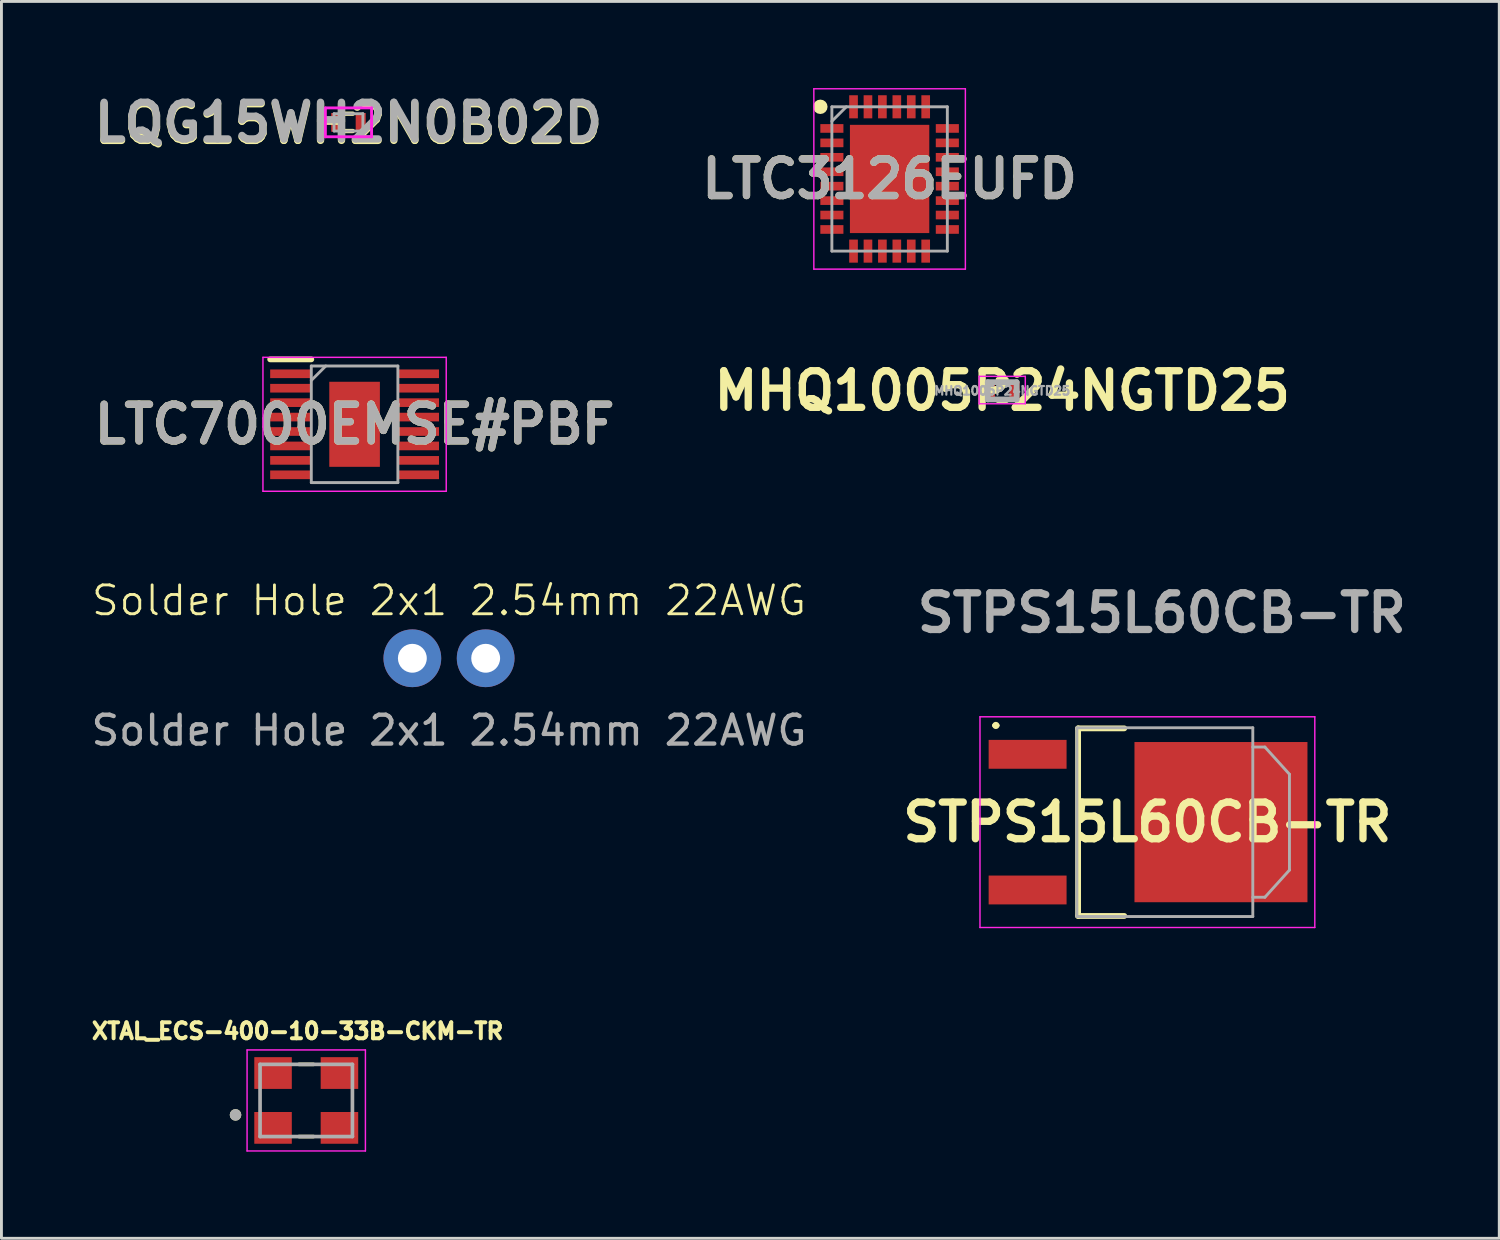
<source format=kicad_pcb>
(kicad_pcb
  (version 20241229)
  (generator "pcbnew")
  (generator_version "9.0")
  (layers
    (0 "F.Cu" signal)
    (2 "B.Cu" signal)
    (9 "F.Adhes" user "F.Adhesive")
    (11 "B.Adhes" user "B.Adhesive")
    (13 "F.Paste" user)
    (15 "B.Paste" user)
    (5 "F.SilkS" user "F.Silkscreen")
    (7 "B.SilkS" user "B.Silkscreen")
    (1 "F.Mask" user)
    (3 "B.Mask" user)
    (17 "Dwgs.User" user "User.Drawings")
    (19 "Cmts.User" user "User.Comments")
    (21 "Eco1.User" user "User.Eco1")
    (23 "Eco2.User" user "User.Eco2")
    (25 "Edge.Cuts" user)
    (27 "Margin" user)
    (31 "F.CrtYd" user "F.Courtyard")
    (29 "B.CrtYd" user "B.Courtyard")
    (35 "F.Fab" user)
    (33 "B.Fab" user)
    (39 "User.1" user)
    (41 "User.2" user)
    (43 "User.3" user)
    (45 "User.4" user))
  (footprint "STPS15L60CB-TR"
    (layer "F.Cu")
    (at 36.702 25.434)
    (property "Reference" "STPS15L60CB-TR" (at 0 0 0) (layer "F.SilkS") (effects (font (size 1.27 1.27) (thickness 0.254))))
    (attr smd)
    (fp_line (start -5.313 -3.35) (end -5.313 -3.35) (stroke (width 0.125) (type solid)) (layer "F.SilkS"))
    (fp_line (start -5.188 -3.35) (end -5.188 -3.35) (stroke (width 0.125) (type solid)) (layer "F.SilkS"))
    (fp_line (start -2.4 -3.25) (end -0.8 -3.25) (stroke (width 0.2) (type solid)) (layer "F.SilkS"))
    (fp_line (start -2.4 3.25) (end -2.4 -3.25) (stroke (width 0.2) (type solid)) (layer "F.SilkS"))
    (fp_line (start -0.8 3.25) (end -2.4 3.25) (stroke (width 0.2) (type solid)) (layer "F.SilkS"))
    (fp_arc (start -5.313 -3.351) (mid -5.25 -3.413) (end -5.188 -3.35) (stroke (width 0.125) (type solid)) (layer "F.SilkS"))
    (fp_arc (start -5.188 -3.351) (mid -5.25 -3.288) (end -5.313 -3.35) (stroke (width 0.125) (type solid)) (layer "F.SilkS"))
    (fp_line (start -5.8 -3.65) (end -5.8 3.65) (stroke (width 0.05) (type solid)) (layer "F.CrtYd"))
    (fp_line (start -5.8 3.65) (end 5.8 3.65) (stroke (width 0.05) (type solid)) (layer "F.CrtYd"))
    (fp_line (start -2.505 -3.365) (end -2.505 3.365) (stroke (width 0.001) (type solid)) (layer "F.CrtYd"))
    (fp_line (start -2.505 3.365) (end 3.715 3.365) (stroke (width 0.001) (type solid)) (layer "F.CrtYd"))
    (fp_line (start 3.715 -3.365) (end -2.505 -3.365) (stroke (width 0.001) (type solid)) (layer "F.CrtYd"))
    (fp_line (start 3.715 3.365) (end 3.715 -3.365) (stroke (width 0.001) (type solid)) (layer "F.CrtYd"))
    (fp_line (start 5.8 -3.65) (end -5.8 -3.65) (stroke (width 0.05) (type solid)) (layer "F.CrtYd"))
    (fp_line (start 5.8 3.65) (end 5.8 -3.65) (stroke (width 0.05) (type solid)) (layer "F.CrtYd"))
    (fp_line (start -2.442 -3.27) (end -2.442 3.27) (stroke (width 0.1) (type solid)) (layer "F.Fab"))
    (fp_line (start -2.442 3.27) (end 3.652 3.27) (stroke (width 0.1) (type solid)) (layer "F.Fab"))
    (fp_line (start 3.652 -3.27) (end -2.442 -3.27) (stroke (width 0.1) (type solid)) (layer "F.Fab"))
    (fp_line (start 3.652 2.602) (end 4.071 2.602) (stroke (width 0.1) (type solid)) (layer "F.Fab"))
    (fp_line (start 3.652 3.27) (end 3.652 -3.27) (stroke (width 0.1) (type solid)) (layer "F.Fab"))
    (fp_line (start 4.071 -2.602) (end 3.652 -2.602) (stroke (width 0.1) (type solid)) (layer "F.Fab"))
    (fp_line (start 4.071 2.602) (end 4.922 1.66) (stroke (width 0.1) (type solid)) (layer "F.Fab"))
    (fp_line (start 4.922 -1.66) (end 4.071 -2.602) (stroke (width 0.1) (type solid)) (layer "F.Fab"))
    (fp_line (start 4.922 1.66) (end 4.922 -1.66) (stroke (width 0.1) (type solid)) (layer "F.Fab"))
    (fp_text user "${REFERENCE}" (at 0.5 -7.25 0) (layer "F.Fab") (effects (font (size 1.27 1.27) (thickness 0.254))))
    (pad "" smd roundrect (at 1.025 -1.512) (size 2.95 2.525) (layers "F.Paste") (roundrect_rratio 0.25))
    (pad "" smd roundrect (at 1.025 1.363) (size 2.95 2.825) (layers "F.Paste") (roundrect_rratio 0.25))
    (pad "" smd roundrect (at 4.125 -1.512) (size 2.85 2.525) (layers "F.Paste") (roundrect_rratio 0.25))
    (pad "" smd roundrect (at 4.125 1.363) (size 2.85 2.825) (layers "F.Paste") (roundrect_rratio 0.25))
    (pad "1" smd rect (at -4.15 -2.35 90) (size 1 2.7) (layers "F.Cu" "F.Mask" "F.Paste"))
    (pad "2" smd rect (at -4.15 2.35 90) (size 1 2.7) (layers "F.Cu" "F.Mask" "F.Paste"))
    (pad "3" smd rect (at 2.549 -0.001 90) (size 5.55 5.993) (layers "F.Cu" "F.Mask" "F.Paste")))
  (footprint "XTAL_ECS-400-10-33B-CKM-TR"
    (layer "F.Cu")
    (at 7.56 35.076)
    (property "Reference" "XTAL_ECS-400-10-33B-CKM-TR" (at -0.3 -2.403 0) (layer "F.SilkS") (effects (font (size 0.552 0.552) (thickness 0.138))))
    (attr smd)
    (fp_line (start -0.25 -1.25) (end 0.25 -1.25) (stroke (width 0.127) (type solid)) (layer "F.SilkS"))
    (fp_line (start 0.25 1.25) (end -0.25 1.25) (stroke (width 0.127) (type solid)) (layer "F.SilkS"))
    (fp_circle (center -2.45 0.5) (end -2.35 0.5) (stroke (width 0.2) (type solid)) (fill no) (layer "F.SilkS"))
    (fp_line (start -2.05 -1.75) (end 2.05 -1.75) (stroke (width 0.05) (type solid)) (layer "F.CrtYd"))
    (fp_line (start -2.05 1.75) (end -2.05 -1.75) (stroke (width 0.05) (type solid)) (layer "F.CrtYd"))
    (fp_line (start 2.05 -1.75) (end 2.05 1.75) (stroke (width 0.05) (type solid)) (layer "F.CrtYd"))
    (fp_line (start 2.05 1.75) (end -2.05 1.75) (stroke (width 0.05) (type solid)) (layer "F.CrtYd"))
    (fp_line (start -1.6 -1.25) (end 1.6 -1.25) (stroke (width 0.127) (type solid)) (layer "F.Fab"))
    (fp_line (start -1.6 1.25) (end -1.6 -1.25) (stroke (width 0.127) (type solid)) (layer "F.Fab"))
    (fp_line (start 1.6 -1.25) (end 1.6 1.25) (stroke (width 0.127) (type solid)) (layer "F.Fab"))
    (fp_line (start 1.6 1.25) (end -1.6 1.25) (stroke (width 0.127) (type solid)) (layer "F.Fab"))
    (fp_circle (center -2.45 0.5) (end -2.35 0.5) (stroke (width 0.2) (type solid)) (fill no) (layer "F.Fab"))
    (pad "1" smd rect (at -1.15 0.95) (size 1.3 1.1) (layers "F.Cu" "F.Mask" "F.Paste"))
    (pad "2" smd rect (at 1.15 0.95) (size 1.3 1.1) (layers "F.Cu" "F.Mask" "F.Paste"))
    (pad "3" smd rect (at 1.15 -0.95) (size 1.3 1.1) (layers "F.Cu" "F.Mask" "F.Paste"))
    (pad "4" smd rect (at -1.15 -0.95) (size 1.3 1.1) (layers "F.Cu" "F.Mask" "F.Paste")))
  (footprint "Solder Hole 2x1 2.54mm 22AWG"
    (layer "F.Cu")
    (at 12.506 19.756)
    (property "Reference" "Solder Hole 2x1 2.54mm 22AWG" (at 0 -2 0) (unlocked yes) (layer "F.SilkS") (effects (font (size 1 1) (thickness 0.1))))
    (attr through_hole)
    (fp_text user "${REFERENCE}" (at 0 2.5 0) (unlocked yes) (layer "F.Fab") (effects (font (size 1 1) (thickness 0.15))))
    (pad "1" thru_hole circle (at -1.27 0) (size 2 2) (drill 1) (layers "*.Cu" "*.Mask"))
    (pad "2" thru_hole circle (at 1.27 0) (size 2 2) (drill 1) (layers "*.Cu" "*.Mask")))
  (footprint "LTC3126EUFD"
    (layer "F.Cu")
    (at 27.771 3.15)
    (property "Reference" "LTC3126EUFD" (at 0 0 0) (layer "F.SilkS") (effects (font (size 1.27 1.27) (thickness 0.254))))
    (attr smd)
    (fp_circle (center -2.4 -2.5) (end -2.4 -2.375) (stroke (width 0.25) (type solid)) (fill no) (layer "F.SilkS"))
    (fp_line (start -2.625 -3.125) (end 2.625 -3.125) (stroke (width 0.05) (type solid)) (layer "F.CrtYd"))
    (fp_line (start -2.625 3.125) (end -2.625 -3.125) (stroke (width 0.05) (type solid)) (layer "F.CrtYd"))
    (fp_line (start 2.625 -3.125) (end 2.625 3.125) (stroke (width 0.05) (type solid)) (layer "F.CrtYd"))
    (fp_line (start 2.625 3.125) (end -2.625 3.125) (stroke (width 0.05) (type solid)) (layer "F.CrtYd"))
    (fp_line (start -2 -2.5) (end 2 -2.5) (stroke (width 0.1) (type solid)) (layer "F.Fab"))
    (fp_line (start -2 -2) (end -1.5 -2.5) (stroke (width 0.1) (type solid)) (layer "F.Fab"))
    (fp_line (start -2 2.5) (end -2 -2.5) (stroke (width 0.1) (type solid)) (layer "F.Fab"))
    (fp_line (start 2 -2.5) (end 2 2.5) (stroke (width 0.1) (type solid)) (layer "F.Fab"))
    (fp_line (start 2 2.5) (end -2 2.5) (stroke (width 0.1) (type solid)) (layer "F.Fab"))
    (fp_text user "${REFERENCE}" (at 0 0 0) (layer "F.Fab") (effects (font (size 1.27 1.27) (thickness 0.254))))
    (pad "1" smd rect (at -2 -1.75 90) (size 0.3 0.8) (layers "F.Cu" "F.Mask" "F.Paste"))
    (pad "2" smd rect (at -2 -1.25 90) (size 0.3 0.8) (layers "F.Cu" "F.Mask" "F.Paste"))
    (pad "3" smd rect (at -2 -0.75 90) (size 0.3 0.8) (layers "F.Cu" "F.Mask" "F.Paste"))
    (pad "4" smd rect (at -2 -0.25 90) (size 0.3 0.8) (layers "F.Cu" "F.Mask" "F.Paste"))
    (pad "5" smd rect (at -2 0.25 90) (size 0.3 0.8) (layers "F.Cu" "F.Mask" "F.Paste"))
    (pad "6" smd rect (at -2 0.75 90) (size 0.3 0.8) (layers "F.Cu" "F.Mask" "F.Paste"))
    (pad "7" smd rect (at -2 1.25 90) (size 0.3 0.8) (layers "F.Cu" "F.Mask" "F.Paste"))
    (pad "8" smd rect (at -2 1.75 90) (size 0.3 0.8) (layers "F.Cu" "F.Mask" "F.Paste"))
    (pad "9" smd rect (at -1.25 2.5) (size 0.3 0.8) (layers "F.Cu" "F.Mask" "F.Paste"))
    (pad "10" smd rect (at -0.75 2.5) (size 0.3 0.8) (layers "F.Cu" "F.Mask" "F.Paste"))
    (pad "11" smd rect (at -0.25 2.5) (size 0.3 0.8) (layers "F.Cu" "F.Mask" "F.Paste"))
    (pad "12" smd rect (at 0.25 2.5) (size 0.3 0.8) (layers "F.Cu" "F.Mask" "F.Paste"))
    (pad "13" smd rect (at 0.75 2.5) (size 0.3 0.8) (layers "F.Cu" "F.Mask" "F.Paste"))
    (pad "14" smd rect (at 1.25 2.5) (size 0.3 0.8) (layers "F.Cu" "F.Mask" "F.Paste"))
    (pad "15" smd rect (at 2 1.75 90) (size 0.3 0.8) (layers "F.Cu" "F.Mask" "F.Paste"))
    (pad "16" smd rect (at 2 1.25 90) (size 0.3 0.8) (layers "F.Cu" "F.Mask" "F.Paste"))
    (pad "17" smd rect (at 2 0.75 90) (size 0.3 0.8) (layers "F.Cu" "F.Mask" "F.Paste"))
    (pad "18" smd rect (at 2 0.25 90) (size 0.3 0.8) (layers "F.Cu" "F.Mask" "F.Paste"))
    (pad "19" smd rect (at 2 -0.25 90) (size 0.3 0.8) (layers "F.Cu" "F.Mask" "F.Paste"))
    (pad "20" smd rect (at 2 -0.75 90) (size 0.3 0.8) (layers "F.Cu" "F.Mask" "F.Paste"))
    (pad "21" smd rect (at 2 -1.25 90) (size 0.3 0.8) (layers "F.Cu" "F.Mask" "F.Paste"))
    (pad "22" smd rect (at 2 -1.75 90) (size 0.3 0.8) (layers "F.Cu" "F.Mask" "F.Paste"))
    (pad "23" smd rect (at 1.25 -2.5) (size 0.3 0.8) (layers "F.Cu" "F.Mask" "F.Paste"))
    (pad "24" smd rect (at 0.75 -2.5) (size 0.3 0.8) (layers "F.Cu" "F.Mask" "F.Paste"))
    (pad "25" smd rect (at 0.25 -2.5) (size 0.3 0.8) (layers "F.Cu" "F.Mask" "F.Paste"))
    (pad "26" smd rect (at -0.25 -2.5) (size 0.3 0.8) (layers "F.Cu" "F.Mask" "F.Paste"))
    (pad "27" smd rect (at -0.75 -2.5) (size 0.3 0.8) (layers "F.Cu" "F.Mask" "F.Paste"))
    (pad "28" smd rect (at -1.25 -2.5) (size 0.3 0.8) (layers "F.Cu" "F.Mask" "F.Paste"))
    (pad "29" smd rect (at 0 0) (size 2.75 3.75) (layers "F.Cu" "F.Mask" "F.Paste")))
  (footprint "LTC7000EMSE#PBF"
    (layer "F.Cu")
    (at 9.235 11.65)
    (property "Reference" "LTC7000EMSE#PBF" (at 0 0 0) (layer "F.SilkS") (effects (font (size 1.27 1.27) (thickness 0.254))))
    (attr smd)
    (fp_line (start -2.925 -2.25) (end -1.5 -2.25) (stroke (width 0.2) (type solid)) (layer "F.SilkS"))
    (fp_line (start -3.175 -2.32) (end 3.175 -2.32) (stroke (width 0.05) (type solid)) (layer "F.CrtYd"))
    (fp_line (start -3.175 2.32) (end -3.175 -2.32) (stroke (width 0.05) (type solid)) (layer "F.CrtYd"))
    (fp_line (start 3.175 -2.32) (end 3.175 2.32) (stroke (width 0.05) (type solid)) (layer "F.CrtYd"))
    (fp_line (start 3.175 2.32) (end -3.175 2.32) (stroke (width 0.05) (type solid)) (layer "F.CrtYd"))
    (fp_line (start -1.5 -2.02) (end 1.5 -2.02) (stroke (width 0.1) (type solid)) (layer "F.Fab"))
    (fp_line (start -1.5 -1.52) (end -1 -2.02) (stroke (width 0.1) (type solid)) (layer "F.Fab"))
    (fp_line (start -1.5 2.02) (end -1.5 -2.02) (stroke (width 0.1) (type solid)) (layer "F.Fab"))
    (fp_line (start 1.5 -2.02) (end 1.5 2.02) (stroke (width 0.1) (type solid)) (layer "F.Fab"))
    (fp_line (start 1.5 2.02) (end -1.5 2.02) (stroke (width 0.1) (type solid)) (layer "F.Fab"))
    (fp_text user "${REFERENCE}" (at 0 0 0) (layer "F.Fab") (effects (font (size 1.27 1.27) (thickness 0.254))))
    (pad "1" smd rect (at -2.212 -1.75 90) (size 0.3 1.425) (layers "F.Cu" "F.Mask" "F.Paste"))
    (pad "2" smd rect (at -2.212 -1.25 90) (size 0.3 1.425) (layers "F.Cu" "F.Mask" "F.Paste"))
    (pad "3" smd rect (at -2.212 -0.75 90) (size 0.3 1.425) (layers "F.Cu" "F.Mask" "F.Paste"))
    (pad "4" smd rect (at -2.212 -0.25 90) (size 0.3 1.425) (layers "F.Cu" "F.Mask" "F.Paste"))
    (pad "5" smd rect (at -2.212 0.25 90) (size 0.3 1.425) (layers "F.Cu" "F.Mask" "F.Paste"))
    (pad "6" smd rect (at -2.212 0.75 90) (size 0.3 1.425) (layers "F.Cu" "F.Mask" "F.Paste"))
    (pad "7" smd rect (at -2.212 1.25 90) (size 0.3 1.425) (layers "F.Cu" "F.Mask" "F.Paste"))
    (pad "8" smd rect (at -2.212 1.75 90) (size 0.3 1.425) (layers "F.Cu" "F.Mask" "F.Paste"))
    (pad "9" smd rect (at 2.212 1.75 90) (size 0.3 1.425) (layers "F.Cu" "F.Mask" "F.Paste"))
    (pad "10" smd rect (at 2.212 1.25 90) (size 0.3 1.425) (layers "F.Cu" "F.Mask" "F.Paste"))
    (pad "11" smd rect (at 2.212 0.75 90) (size 0.3 1.425) (layers "F.Cu" "F.Mask" "F.Paste"))
    (pad "12" smd rect (at 2.212 0.25 90) (size 0.3 1.425) (layers "F.Cu" "F.Mask" "F.Paste"))
    (pad "13" smd rect (at 2.212 -0.25 90) (size 0.3 1.425) (layers "F.Cu" "F.Mask" "F.Paste"))
    (pad "14" smd rect (at 2.212 -0.75 90) (size 0.3 1.425) (layers "F.Cu" "F.Mask" "F.Paste"))
    (pad "15" smd rect (at 2.212 -1.25 90) (size 0.3 1.425) (layers "F.Cu" "F.Mask" "F.Paste"))
    (pad "16" smd rect (at 2.212 -1.75 90) (size 0.3 1.425) (layers "F.Cu" "F.Mask" "F.Paste"))
    (pad "17" smd rect (at 0 0) (size 1.753 2.947) (layers "F.Cu" "F.Mask" "F.Paste")))
  (footprint "MHQ1005P24NGTD25"
    (layer "F.Cu")
    (at 31.672 10.489)
    (property "Reference" "MHQ1005P24NGTD25" (at 0 0 0) (layer "F.SilkS") (effects (font (size 1.27 1.27) (thickness 0.254))))
    (attr smd)
    (fp_line (start -0.15 -0.4) (end 0.15 -0.4) (stroke (width 0.15) (type default)) (layer "F.SilkS"))
    (fp_line (start -0.15 0.35) (end 0.15 0.35) (stroke (width 0.15) (type default)) (layer "F.SilkS"))
    (fp_line (start -0.8 -0.5) (end 0.8 -0.5) (stroke (width 0.05) (type solid)) (layer "F.CrtYd"))
    (fp_line (start -0.8 0.45) (end -0.8 -0.5) (stroke (width 0.05) (type solid)) (layer "F.CrtYd"))
    (fp_line (start 0.8 -0.5) (end 0.8 0.45) (stroke (width 0.05) (type solid)) (layer "F.CrtYd"))
    (fp_line (start 0.8 0.45) (end -0.8 0.45) (stroke (width 0.05) (type solid)) (layer "F.CrtYd"))
    (fp_line (start -0.5 -0.3) (end 0.5 -0.3) (stroke (width 0.2) (type solid)) (layer "F.Fab"))
    (fp_line (start -0.5 0.3) (end -0.5 -0.3) (stroke (width 0.2) (type solid)) (layer "F.Fab"))
    (fp_line (start 0.5 -0.3) (end 0.5 0.3) (stroke (width 0.2) (type solid)) (layer "F.Fab"))
    (fp_line (start 0.5 0.3) (end -0.5 0.3) (stroke (width 0.2) (type solid)) (layer "F.Fab"))
    (fp_text user "${REFERENCE}" (at 0 0 0) (layer "F.Fab") (effects (font (size 0.3 0.3) (thickness 0.075))))
    (pad "1" smd rect (at -0.425 0) (size 0.35 0.65) (layers "F.Cu" "F.Mask" "F.Paste"))
    (pad "2" smd rect (at 0.425 0) (size 0.35 0.65) (layers "F.Cu" "F.Mask" "F.Paste")))
  (footprint "LQG15WH2N0B02D"
    (layer "F.Cu")
    (at 9.023 1.189)
    (property "Reference" "LQG15WH2N0B02D" (at 0 0.05 0) (layer "F.SilkS") (effects (font (size 1.27 1.27) (thickness 0.254))))
    (attr smd)
    (fp_line (start -0.15 -0.3) (end 0.15 -0.3) (stroke (width 0.15) (type default)) (layer "F.SilkS"))
    (fp_line (start -0.15 0.3) (end 0.15 0.3) (stroke (width 0.15) (type default)) (layer "F.SilkS"))
    (fp_line (start -0.8 -0.5) (end 0.8 -0.5) (stroke (width 0.1) (type solid)) (layer "F.CrtYd"))
    (fp_line (start -0.8 0.5) (end -0.8 -0.5) (stroke (width 0.1) (type solid)) (layer "F.CrtYd"))
    (fp_line (start 0.8 -0.5) (end 0.8 0.5) (stroke (width 0.1) (type solid)) (layer "F.CrtYd"))
    (fp_line (start 0.8 0.5) (end -0.8 0.5) (stroke (width 0.1) (type solid)) (layer "F.CrtYd"))
    (fp_line (start -0.5 -0.3) (end 0.5 -0.3) (stroke (width 0.1) (type solid)) (layer "F.Fab"))
    (fp_line (start -0.5 0.3) (end -0.5 -0.3) (stroke (width 0.1) (type solid)) (layer "F.Fab"))
    (fp_line (start 0.5 -0.3) (end 0.5 0.3) (stroke (width 0.1) (type solid)) (layer "F.Fab"))
    (fp_line (start 0.5 0.3) (end -0.5 0.3) (stroke (width 0.1) (type solid)) (layer "F.Fab"))
    (fp_text user "${REFERENCE}" (at 0 0 0) (layer "F.Fab") (effects (font (size 1.27 1.27) (thickness 0.254))))
    (pad "1" smd rect (at -0.425 0) (size 0.35 0.65) (layers "F.Cu" "F.Mask" "F.Paste"))
    (pad "2" smd rect (at 0.425 0) (size 0.35 0.65) (layers "F.Cu" "F.Mask" "F.Paste")))
  (gr_rect
    (start -3 -3)
    (end 48.893 39.851)
    (stroke (width 0.1) (type default))
    (fill no)
    (layer "Edge.Cuts")))
</source>
